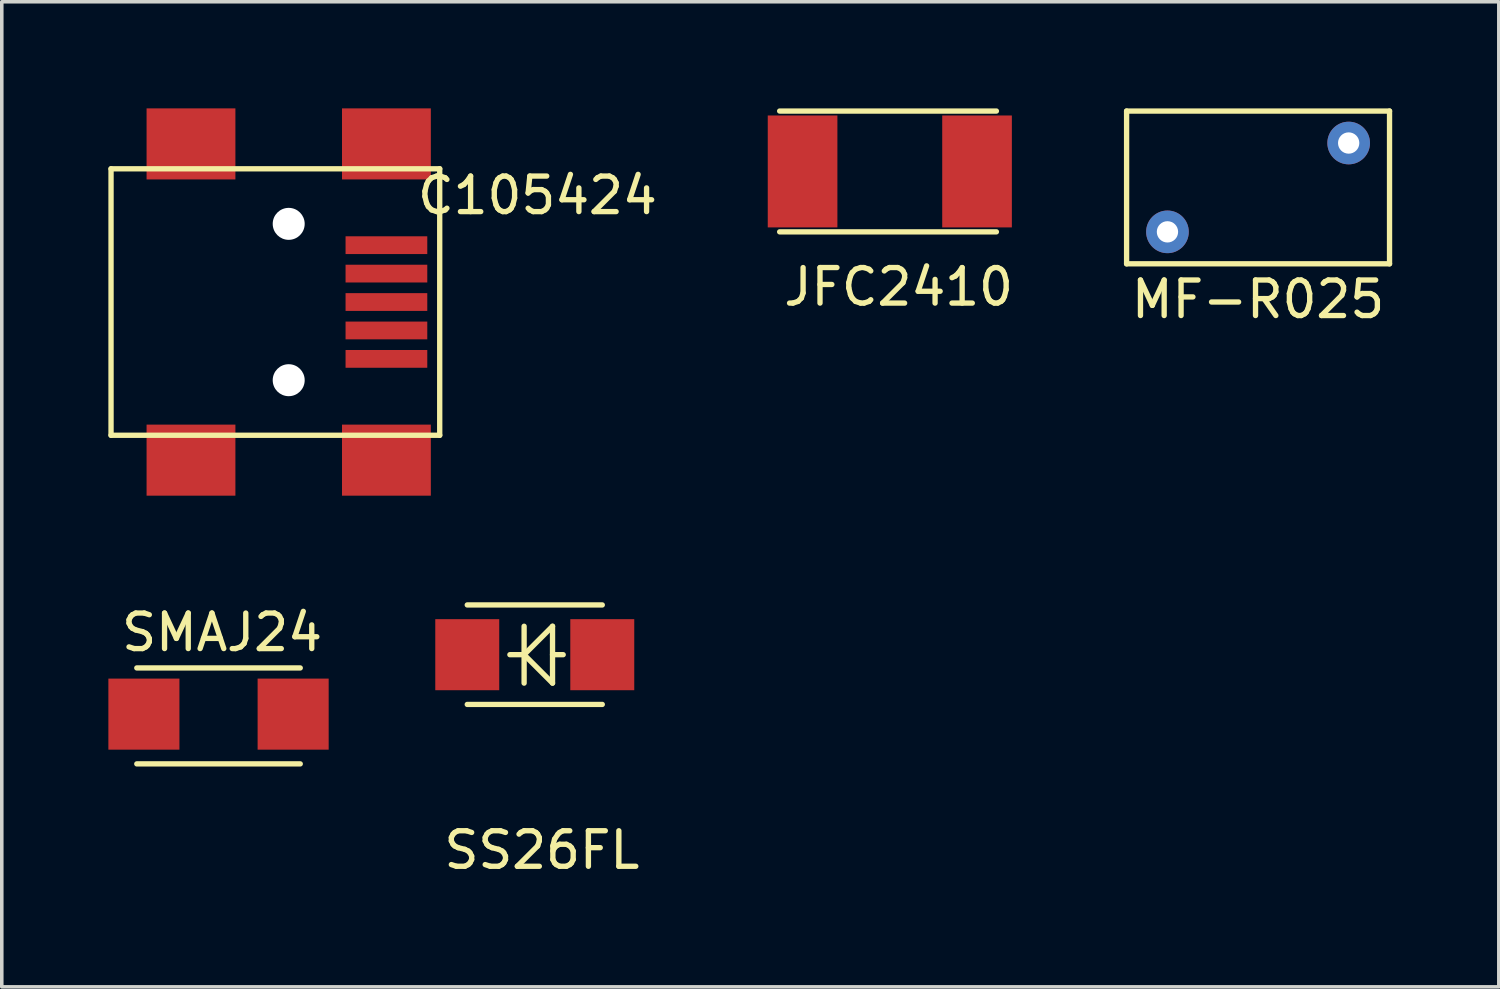
<source format=kicad_pcb>
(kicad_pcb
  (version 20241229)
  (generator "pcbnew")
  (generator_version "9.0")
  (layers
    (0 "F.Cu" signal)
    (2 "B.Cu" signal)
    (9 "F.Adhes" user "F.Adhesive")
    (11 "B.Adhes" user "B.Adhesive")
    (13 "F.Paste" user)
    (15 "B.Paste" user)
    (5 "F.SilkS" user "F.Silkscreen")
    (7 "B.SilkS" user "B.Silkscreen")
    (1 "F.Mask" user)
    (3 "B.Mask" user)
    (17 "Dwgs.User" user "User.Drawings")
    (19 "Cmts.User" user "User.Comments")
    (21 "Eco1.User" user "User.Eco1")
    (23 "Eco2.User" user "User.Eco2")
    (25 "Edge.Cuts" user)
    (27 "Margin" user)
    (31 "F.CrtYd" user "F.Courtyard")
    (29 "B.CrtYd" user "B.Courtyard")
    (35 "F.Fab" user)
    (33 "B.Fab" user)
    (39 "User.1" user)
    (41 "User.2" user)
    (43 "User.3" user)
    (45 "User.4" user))
  (footprint "SS26FL"
    (layer "F.Cu")
    (at 12 15.375)
    (property "Reference" "SS26FL" (at 0.2 5.5 0) (layer "F.SilkS") (effects (font (size 1 1) (thickness 0.15))))
    (attr through_hole)
    (fp_line (start -1.9 -1.4) (end 1.9 -1.4) (stroke (width 0.15) (type solid)) (layer "F.SilkS"))
    (fp_line (start -1.9 1.4) (end 1.9 1.4) (stroke (width 0.15) (type solid)) (layer "F.SilkS"))
    (fp_line (start -0.3 0) (end -0.7 0) (stroke (width 0.15) (type solid)) (layer "F.SilkS"))
    (fp_line (start -0.3 0) (end 0.5 -0.8) (stroke (width 0.15) (type solid)) (layer "F.SilkS"))
    (fp_line (start -0.3 0.8) (end -0.3 -0.8) (stroke (width 0.15) (type solid)) (layer "F.SilkS"))
    (fp_line (start 0.5 -0.8) (end 0.5 0.8) (stroke (width 0.15) (type solid)) (layer "F.SilkS"))
    (fp_line (start 0.5 0) (end 0.8 0) (stroke (width 0.15) (type solid)) (layer "F.SilkS"))
    (fp_line (start 0.5 0.8) (end -0.3 0) (stroke (width 0.15) (type solid)) (layer "F.SilkS"))
    (pad "1" smd rect (at -1.9 0) (size 1.8 2) (layers "F.Cu" "F.Mask" "F.Paste"))
    (pad "2" smd rect (at 1.9 0) (size 1.8 2) (layers "F.Cu" "F.Mask" "F.Paste")))
  (footprint "JFC2410"
    (layer "F.Cu")
    (at 21.992 1.775)
    (property "Reference" "JFC2410" (at 0.25 3.25 0) (layer "F.SilkS") (effects (font (size 1 1) (thickness 0.15))))
    (attr through_hole)
    (fp_line (start -3.1 -1.7) (end 3 -1.7) (stroke (width 0.15) (type solid)) (layer "F.SilkS"))
    (fp_line (start -3.1 1.7) (end 3 1.7) (stroke (width 0.15) (type solid)) (layer "F.SilkS"))
    (pad "1" smd rect (at -2.455 0) (size 1.96 3.15) (layers "F.Cu" "F.Mask" "F.Paste"))
    (pad "2" smd rect (at 2.455 0) (size 1.96 3.15) (layers "F.Cu" "F.Mask" "F.Paste")))
  (footprint "C105424"
    (layer "F.Cu")
    (at 5.075 5.45)
    (property "Reference" "C105424" (at 7 -3 0) (layer "F.SilkS") (effects (font (size 1 1) (thickness 0.15))))
    (attr through_hole)
    (fp_line (start -5 -3.75) (end 4.25 -3.75) (stroke (width 0.15) (type solid)) (layer "F.SilkS"))
    (fp_line (start -5 3.75) (end -5 -3.75) (stroke (width 0.15) (type solid)) (layer "F.SilkS"))
    (fp_line (start 4.25 -3.75) (end 4.25 3.75) (stroke (width 0.15) (type solid)) (layer "F.SilkS"))
    (fp_line (start 4.25 3.75) (end -5 3.75) (stroke (width 0.15) (type solid)) (layer "F.SilkS"))
    (pad "" np_thru_hole circle (at 0 -2.2) (size 0.9 0.9) (drill 0.9) (layers "*.Cu" "*.Mask"))
    (pad "" np_thru_hole circle (at 0 2.2) (size 0.9 0.9) (drill 0.9) (layers "*.Cu" "*.Mask"))
    (pad "1" smd rect (at 2.75 -1.6) (size 2.3 0.5) (layers "F.Cu" "F.Mask" "F.Paste"))
    (pad "2" smd rect (at 2.75 -0.8) (size 2.3 0.5) (layers "F.Cu" "F.Mask" "F.Paste"))
    (pad "3" smd rect (at 2.75 0) (size 2.3 0.5) (layers "F.Cu" "F.Mask" "F.Paste"))
    (pad "4" smd rect (at 2.75 0.8) (size 2.3 0.5) (layers "F.Cu" "F.Mask" "F.Paste"))
    (pad "5" smd rect (at 2.75 1.6) (size 2.3 0.5) (layers "F.Cu" "F.Mask" "F.Paste"))
    (pad "6" smd rect (at -2.75 -4.45) (size 2.5 2) (layers "F.Cu" "F.Mask" "F.Paste"))
    (pad "6" smd rect (at -2.75 4.45) (size 2.5 2) (layers "F.Cu" "F.Mask" "F.Paste"))
    (pad "6" smd rect (at 2.75 -4.45) (size 2.5 2) (layers "F.Cu" "F.Mask" "F.Paste"))
    (pad "6" smd rect (at 2.75 4.45) (size 2.5 2) (layers "F.Cu" "F.Mask" "F.Paste")))
  (footprint "SMAJ24"
    (layer "F.Cu")
    (at 3.1 17.048)
    (property "Reference" "SMAJ24" (at 0.1 -2.3 0) (layer "F.SilkS") (effects (font (size 1 1) (thickness 0.15))))
    (attr through_hole)
    (fp_line (start -2.3 -1.3) (end 2.3 -1.3) (stroke (width 0.15) (type solid)) (layer "F.SilkS"))
    (fp_line (start -2.3 1.4) (end 2.3 1.4) (stroke (width 0.15) (type solid)) (layer "F.SilkS"))
    (pad "1" smd rect (at -2.1 0) (size 2 2) (layers "F.Cu" "F.Mask" "F.Paste"))
    (pad "2" smd rect (at 2.1 0) (size 2 2) (layers "F.Cu" "F.Mask" "F.Paste")))
  (footprint "MF-R025"
    (layer "F.Cu")
    (at 32.356 0.975)
    (property "Reference" "MF-R025" (at 0 4.4 0) (layer "F.SilkS") (effects (font (size 1 1) (thickness 0.15))))
    (attr through_hole)
    (fp_line (start -3.7 -0.9) (end 3.7 -0.9) (stroke (width 0.15) (type solid)) (layer "F.SilkS"))
    (fp_line (start -3.7 3.4) (end -3.7 -0.9) (stroke (width 0.15) (type solid)) (layer "F.SilkS"))
    (fp_line (start 3.7 -0.9) (end 3.7 3.4) (stroke (width 0.15) (type solid)) (layer "F.SilkS"))
    (fp_line (start 3.7 3.4) (end -3.7 3.4) (stroke (width 0.15) (type solid)) (layer "F.SilkS"))
    (pad "1" thru_hole circle (at 2.55 0) (size 1.2 1.2) (drill 0.6) (layers "*.Cu" "*.Mask"))
    (pad "2" thru_hole circle (at -2.55 2.5) (size 1.2 1.2) (drill 0.6) (layers "*.Cu" "*.Mask")))
  (gr_rect
    (start -3 -3)
    (end 39.131 24.723)
    (stroke (width 0.1) (type default))
    (fill no)
    (layer "Edge.Cuts")))
</source>
